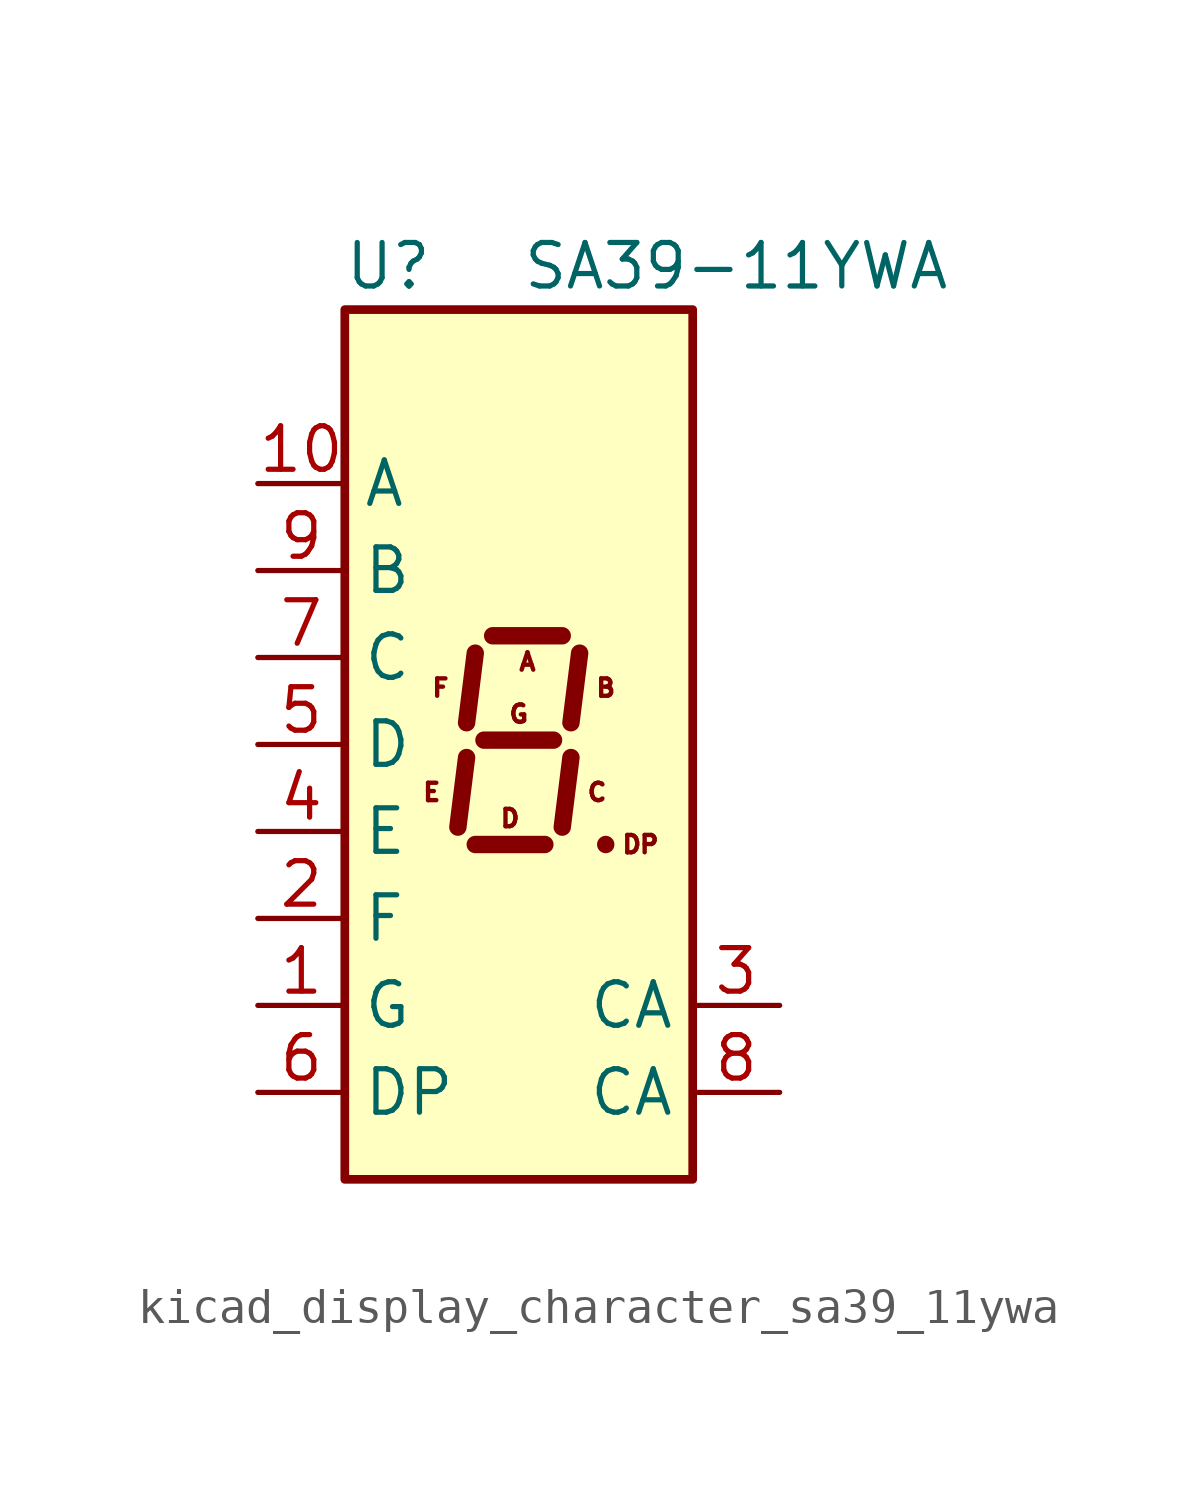
<source format=kicad_sym>
(kicad_symbol_lib
  (version 20220914)
  (generator kicad_symbol_editor)
  (symbol "kicad_display_character_sa39_11ywa"
    (property "Reference" "U"
      (at -3.81 13.97 0)
      (effects (font (size 1.27 1.27))))
    (property "Value" "SA39-11YWA"
      (at 6.35 13.97 0)
      (effects (font (size 1.27 1.27))))
    (symbol "kicad_display_character_sa39_11ywa_1_0"
      (text "A" (at 0.254 2.413 0) (effects (font (size 0.508 0.508))))
      (text "B" (at 2.54 1.651 0) (effects (font (size 0.508 0.508))))
      (text "C" (at 2.286 -1.397 0) (effects (font (size 0.508 0.508))))
      (text "D" (at -0.254 -2.159 0) (effects (font (size 0.508 0.508))))
      (text "DP" (at 3.556 -2.921 0) (effects (font (size 0.508 0.508))))
      (text "E" (at -2.54 -1.397 0) (effects (font (size 0.508 0.508))))
      (text "F" (at -2.286 1.651 0) (effects (font (size 0.508 0.508))))
      (text "G" (at 0 0.889 0) (effects (font (size 0.508 0.508)))))
    (symbol "kicad_display_character_sa39_11ywa_1_1"
      (rectangle (start -5.08 12.7) (end 5.08 -12.7) (stroke (width 0.254) (type default)) (fill (type background)))
      (polyline (pts (xy -1.524 -0.381) (xy -1.778 -2.413)) (stroke (width 0.508) (type default)) (fill (type none)))
      (polyline (pts (xy -1.27 -2.921) (xy 0.762 -2.921)) (stroke (width 0.508) (type default)) (fill (type none)))
      (polyline (pts (xy -1.27 2.667) (xy -1.524 0.635)) (stroke (width 0.508) (type default)) (fill (type none)))
      (polyline (pts (xy -1.016 0.127) (xy 1.016 0.127)) (stroke (width 0.508) (type default)) (fill (type none)))
      (polyline (pts (xy -0.762 3.175) (xy 1.27 3.175)) (stroke (width 0.508) (type default)) (fill (type none)))
      (polyline (pts (xy 1.524 -0.381) (xy 1.27 -2.413)) (stroke (width 0.508) (type default)) (fill (type none)))
      (polyline (pts (xy 1.778 2.667) (xy 1.524 0.635)) (stroke (width 0.508) (type default)) (fill (type none)))
      (polyline (pts (xy 2.54 -2.921) (xy 2.54 -2.921)) (stroke (width 0.508) (type default)) (fill (type none)))
      (pin input line (at -7.62 -7.62 0) (length 2.54) (name "G" (effects (font (size 1.27 1.27)))) (number "1" (effects (font (size 1.27 1.27)))))
      (pin input line (at -7.62 7.62 0) (length 2.54) (name "A" (effects (font (size 1.27 1.27)))) (number "10" (effects (font (size 1.27 1.27)))))
      (pin input line (at -7.62 -5.08 0) (length 2.54) (name "F" (effects (font (size 1.27 1.27)))) (number "2" (effects (font (size 1.27 1.27)))))
      (pin input line (at 7.62 -7.62 180) (length 2.54) (name "CA" (effects (font (size 1.27 1.27)))) (number "3" (effects (font (size 1.27 1.27)))))
      (pin input line (at -7.62 -2.54 0) (length 2.54) (name "E" (effects (font (size 1.27 1.27)))) (number "4" (effects (font (size 1.27 1.27)))))
      (pin input line (at -7.62 0 0) (length 2.54) (name "D" (effects (font (size 1.27 1.27)))) (number "5" (effects (font (size 1.27 1.27)))))
      (pin input line (at -7.62 -10.16 0) (length 2.54) (name "DP" (effects (font (size 1.27 1.27)))) (number "6" (effects (font (size 1.27 1.27)))))
      (pin input line (at -7.62 2.54 0) (length 2.54) (name "C" (effects (font (size 1.27 1.27)))) (number "7" (effects (font (size 1.27 1.27)))))
      (pin input line (at 7.62 -10.16 180) (length 2.54) (name "CA" (effects (font (size 1.27 1.27)))) (number "8" (effects (font (size 1.27 1.27)))))
      (pin input line (at -7.62 5.08 0) (length 2.54) (name "B" (effects (font (size 1.27 1.27)))) (number "9" (effects (font (size 1.27 1.27))))))))
</source>
